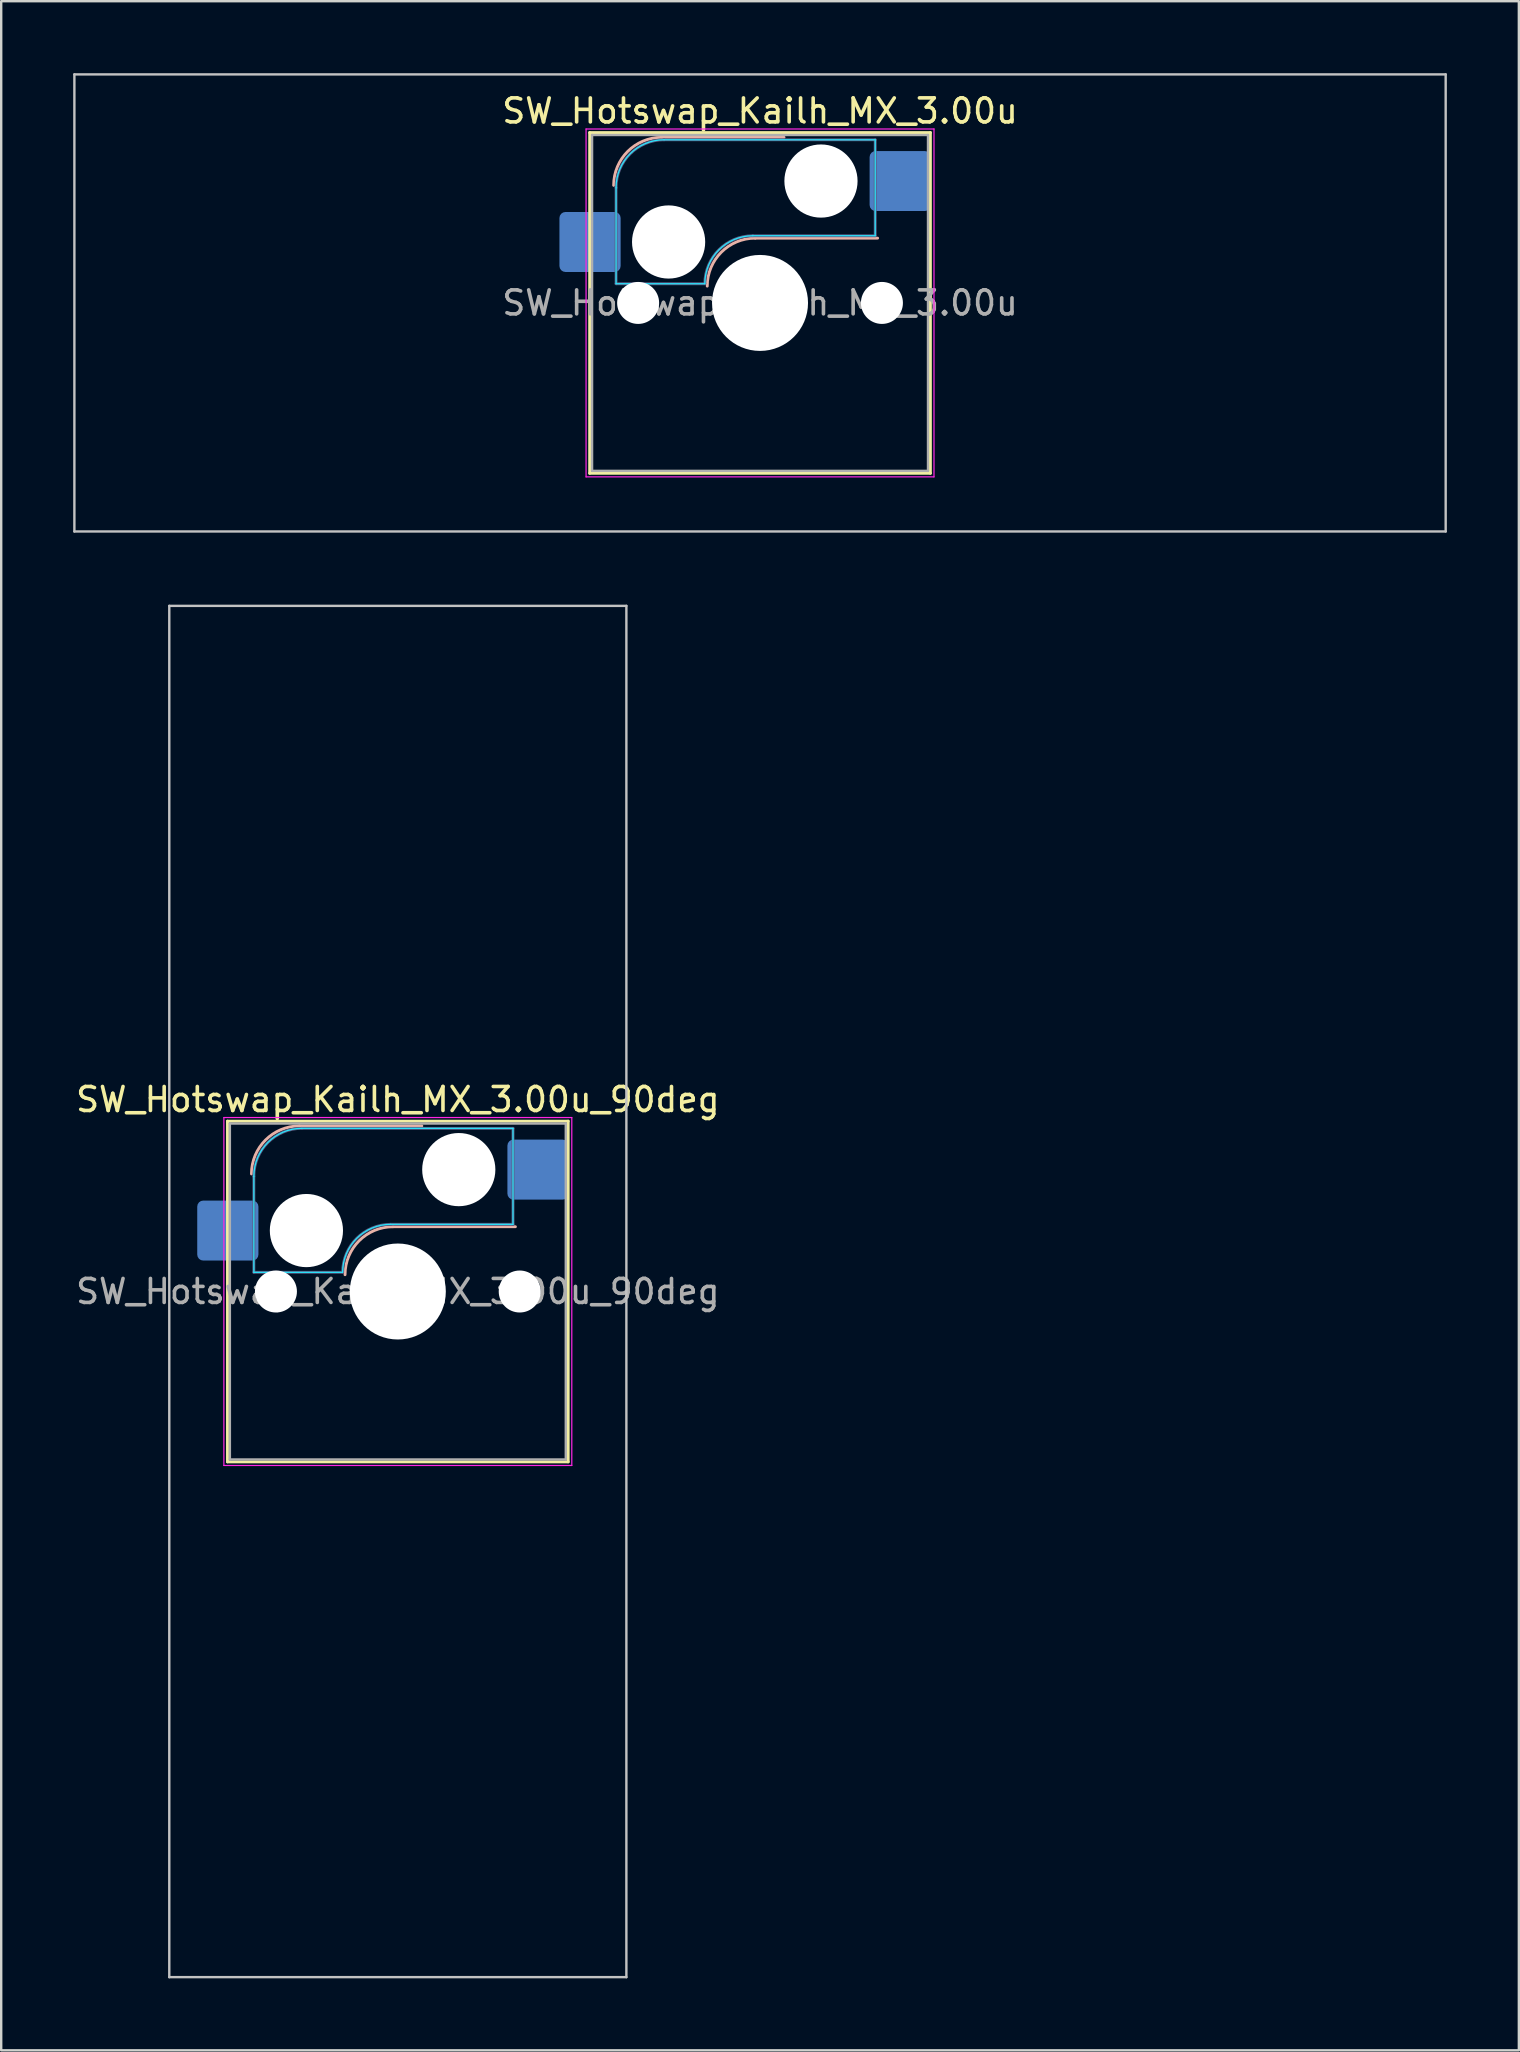
<source format=kicad_pcb>
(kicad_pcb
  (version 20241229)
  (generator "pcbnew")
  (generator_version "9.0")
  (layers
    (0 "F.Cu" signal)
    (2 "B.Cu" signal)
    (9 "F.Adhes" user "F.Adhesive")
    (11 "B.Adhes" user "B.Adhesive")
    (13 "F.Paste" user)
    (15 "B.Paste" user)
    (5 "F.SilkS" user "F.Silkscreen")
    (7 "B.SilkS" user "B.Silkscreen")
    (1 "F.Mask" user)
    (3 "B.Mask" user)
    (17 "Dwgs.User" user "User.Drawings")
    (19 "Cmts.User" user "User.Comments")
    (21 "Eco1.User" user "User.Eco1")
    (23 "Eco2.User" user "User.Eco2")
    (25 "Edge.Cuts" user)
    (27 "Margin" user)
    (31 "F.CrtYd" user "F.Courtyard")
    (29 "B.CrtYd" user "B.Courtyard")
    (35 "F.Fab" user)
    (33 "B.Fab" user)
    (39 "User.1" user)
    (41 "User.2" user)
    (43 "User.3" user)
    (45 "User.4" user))
  (footprint "SW_Hotswap_Kailh_MX_3.00u"
    (layer "F.Cu")
    (at 28.625 9.575)
    (property "Reference" "SW_Hotswap_Kailh_MX_3.00u" (at 0 -8 0) (layer "F.SilkS") (effects (font (size 1 1) (thickness 0.15))))
    (attr smd)
    (fp_line (start -7.1 -7.1) (end -7.1 7.1) (stroke (width 0.12) (type solid)) (layer "F.SilkS"))
    (fp_line (start -7.1 7.1) (end 7.1 7.1) (stroke (width 0.12) (type solid)) (layer "F.SilkS"))
    (fp_line (start 7.1 -7.1) (end -7.1 -7.1) (stroke (width 0.12) (type solid)) (layer "F.SilkS"))
    (fp_line (start 7.1 7.1) (end 7.1 -7.1) (stroke (width 0.12) (type solid)) (layer "F.SilkS"))
    (fp_line (start -4.1 -6.9) (end 1 -6.9) (stroke (width 0.12) (type solid)) (layer "B.SilkS"))
    (fp_line (start -0.2 -2.7) (end 4.9 -2.7) (stroke (width 0.12) (type solid)) (layer "B.SilkS"))
    (fp_arc (start -6.1 -4.9) (mid -5.514214 -6.314214) (end -4.1 -6.9) (stroke (width 0.12) (type solid)) (layer "B.SilkS"))
    (fp_arc (start -2.2 -0.7) (mid -1.614214 -2.114214) (end -0.2 -2.7) (stroke (width 0.12) (type solid)) (layer "B.SilkS"))
    (fp_line (start -28.575 -9.525) (end -28.575 9.525) (stroke (width 0.1) (type solid)) (layer "Dwgs.User"))
    (fp_line (start -28.575 9.525) (end 28.575 9.525) (stroke (width 0.1) (type solid)) (layer "Dwgs.User"))
    (fp_line (start 28.575 -9.525) (end -28.575 -9.525) (stroke (width 0.1) (type solid)) (layer "Dwgs.User"))
    (fp_line (start 28.575 9.525) (end 28.575 -9.525) (stroke (width 0.1) (type solid)) (layer "Dwgs.User"))
    (fp_line (start -7.8 -6) (end -7 -6) (stroke (width 0.1) (type solid)) (layer "Eco1.User"))
    (fp_line (start -7.8 -2.9) (end -7.8 -6) (stroke (width 0.1) (type solid)) (layer "Eco1.User"))
    (fp_line (start -7.8 2.9) (end -7 2.9) (stroke (width 0.1) (type solid)) (layer "Eco1.User"))
    (fp_line (start -7.8 6) (end -7.8 2.9) (stroke (width 0.1) (type solid)) (layer "Eco1.User"))
    (fp_line (start -7 -7) (end 7 -7) (stroke (width 0.1) (type solid)) (layer "Eco1.User"))
    (fp_line (start -7 -6) (end -7 -7) (stroke (width 0.1) (type solid)) (layer "Eco1.User"))
    (fp_line (start -7 -2.9) (end -7.8 -2.9) (stroke (width 0.1) (type solid)) (layer "Eco1.User"))
    (fp_line (start -7 2.9) (end -7 -2.9) (stroke (width 0.1) (type solid)) (layer "Eco1.User"))
    (fp_line (start -7 6) (end -7.8 6) (stroke (width 0.1) (type solid)) (layer "Eco1.User"))
    (fp_line (start -7 7) (end -7 6) (stroke (width 0.1) (type solid)) (layer "Eco1.User"))
    (fp_line (start 7 -7) (end 7 -6) (stroke (width 0.1) (type solid)) (layer "Eco1.User"))
    (fp_line (start 7 -6) (end 7.8 -6) (stroke (width 0.1) (type solid)) (layer "Eco1.User"))
    (fp_line (start 7 -2.9) (end 7 2.9) (stroke (width 0.1) (type solid)) (layer "Eco1.User"))
    (fp_line (start 7 2.9) (end 7.8 2.9) (stroke (width 0.1) (type solid)) (layer "Eco1.User"))
    (fp_line (start 7 6) (end 7 7) (stroke (width 0.1) (type solid)) (layer "Eco1.User"))
    (fp_line (start 7 7) (end -7 7) (stroke (width 0.1) (type solid)) (layer "Eco1.User"))
    (fp_line (start 7.8 -6) (end 7.8 -2.9) (stroke (width 0.1) (type solid)) (layer "Eco1.User"))
    (fp_line (start 7.8 -2.9) (end 7 -2.9) (stroke (width 0.1) (type solid)) (layer "Eco1.User"))
    (fp_line (start 7.8 2.9) (end 7.8 6) (stroke (width 0.1) (type solid)) (layer "Eco1.User"))
    (fp_line (start 7.8 6) (end 7 6) (stroke (width 0.1) (type solid)) (layer "Eco1.User"))
    (fp_line (start -6 -0.8) (end -6 -4.8) (stroke (width 0.05) (type solid)) (layer "B.CrtYd"))
    (fp_line (start -6 -0.8) (end -2.3 -0.8) (stroke (width 0.05) (type solid)) (layer "B.CrtYd"))
    (fp_line (start -4 -6.8) (end 4.8 -6.8) (stroke (width 0.05) (type solid)) (layer "B.CrtYd"))
    (fp_line (start -0.3 -2.8) (end 4.8 -2.8) (stroke (width 0.05) (type solid)) (layer "B.CrtYd"))
    (fp_line (start 4.8 -6.8) (end 4.8 -2.8) (stroke (width 0.05) (type solid)) (layer "B.CrtYd"))
    (fp_arc (start -6 -4.8) (mid -5.414214 -6.214214) (end -4 -6.8) (stroke (width 0.05) (type solid)) (layer "B.CrtYd"))
    (fp_arc (start -2.3 -0.8) (mid -1.714214 -2.214214) (end -0.3 -2.8) (stroke (width 0.05) (type solid)) (layer "B.CrtYd"))
    (fp_line (start -7.25 -7.25) (end -7.25 7.25) (stroke (width 0.05) (type solid)) (layer "F.CrtYd"))
    (fp_line (start -7.25 7.25) (end 7.25 7.25) (stroke (width 0.05) (type solid)) (layer "F.CrtYd"))
    (fp_line (start 7.25 -7.25) (end -7.25 -7.25) (stroke (width 0.05) (type solid)) (layer "F.CrtYd"))
    (fp_line (start 7.25 7.25) (end 7.25 -7.25) (stroke (width 0.05) (type solid)) (layer "F.CrtYd"))
    (fp_line (start -6 -0.8) (end -6 -4.8) (stroke (width 0.12) (type solid)) (layer "B.Fab"))
    (fp_line (start -6 -0.8) (end -2.3 -0.8) (stroke (width 0.12) (type solid)) (layer "B.Fab"))
    (fp_line (start -4 -6.8) (end 4.8 -6.8) (stroke (width 0.12) (type solid)) (layer "B.Fab"))
    (fp_line (start -0.3 -2.8) (end 4.8 -2.8) (stroke (width 0.12) (type solid)) (layer "B.Fab"))
    (fp_line (start 4.8 -6.8) (end 4.8 -2.8) (stroke (width 0.12) (type solid)) (layer "B.Fab"))
    (fp_arc (start -6 -4.8) (mid -5.414214 -6.214214) (end -4 -6.8) (stroke (width 0.12) (type solid)) (layer "B.Fab"))
    (fp_arc (start -2.3 -0.8) (mid -1.714214 -2.214214) (end -0.3 -2.8) (stroke (width 0.12) (type solid)) (layer "B.Fab"))
    (fp_line (start -7 -7) (end -7 7) (stroke (width 0.1) (type solid)) (layer "F.Fab"))
    (fp_line (start -7 7) (end 7 7) (stroke (width 0.1) (type solid)) (layer "F.Fab"))
    (fp_line (start 7 -7) (end -7 -7) (stroke (width 0.1) (type solid)) (layer "F.Fab"))
    (fp_line (start 7 7) (end 7 -7) (stroke (width 0.1) (type solid)) (layer "F.Fab"))
    (fp_text user "${REFERENCE}" (at 0 0 0) (layer "F.Fab") (effects (font (size 1 1) (thickness 0.15))))
    (pad "" np_thru_hole circle (at -5.08 0) (size 1.75 1.75) (drill 1.75) (layers "*.Cu" "*.Mask"))
    (pad "" np_thru_hole circle (at -3.81 -2.54) (size 3.05 3.05) (drill 3.05) (layers "*.Cu" "*.Mask"))
    (pad "" np_thru_hole circle (at 0 0) (size 4 4) (drill 4) (layers "*.Cu" "*.Mask"))
    (pad "" np_thru_hole circle (at 2.54 -5.08) (size 3.05 3.05) (drill 3.05) (layers "*.Cu" "*.Mask"))
    (pad "" np_thru_hole circle (at 5.08 0) (size 1.75 1.75) (drill 1.75) (layers "*.Cu" "*.Mask"))
    (pad "1" smd roundrect (at -7.085 -2.54) (size 2.55 2.5) (layers "B.Cu" "B.Mask" "B.Paste") (roundrect_rratio 0.1))
    (pad "2" smd roundrect (at 5.842 -5.08) (size 2.55 2.5) (layers "B.Cu" "B.Mask" "B.Paste") (roundrect_rratio 0.1)))
  (footprint "SW_Hotswap_Kailh_MX_3.00u_90deg"
    (layer "F.Cu")
    (at 13.53 50.775)
    (property "Reference" "SW_Hotswap_Kailh_MX_3.00u_90deg" (at 0 -8 0) (layer "F.SilkS") (effects (font (size 1 1) (thickness 0.15))))
    (attr smd)
    (fp_line (start -7.1 -7.1) (end -7.1 7.1) (stroke (width 0.12) (type solid)) (layer "F.SilkS"))
    (fp_line (start -7.1 7.1) (end 7.1 7.1) (stroke (width 0.12) (type solid)) (layer "F.SilkS"))
    (fp_line (start 7.1 -7.1) (end -7.1 -7.1) (stroke (width 0.12) (type solid)) (layer "F.SilkS"))
    (fp_line (start 7.1 7.1) (end 7.1 -7.1) (stroke (width 0.12) (type solid)) (layer "F.SilkS"))
    (fp_line (start -4.1 -6.9) (end 1 -6.9) (stroke (width 0.12) (type solid)) (layer "B.SilkS"))
    (fp_line (start -0.2 -2.7) (end 4.9 -2.7) (stroke (width 0.12) (type solid)) (layer "B.SilkS"))
    (fp_arc (start -6.1 -4.9) (mid -5.514214 -6.314214) (end -4.1 -6.9) (stroke (width 0.12) (type solid)) (layer "B.SilkS"))
    (fp_arc (start -2.2 -0.7) (mid -1.614214 -2.114214) (end -0.2 -2.7) (stroke (width 0.12) (type solid)) (layer "B.SilkS"))
    (fp_line (start -9.525 -28.575) (end 9.525 -28.575) (stroke (width 0.1) (type solid)) (layer "Dwgs.User"))
    (fp_line (start -9.525 28.575) (end -9.525 -28.575) (stroke (width 0.1) (type solid)) (layer "Dwgs.User"))
    (fp_line (start 9.525 -28.575) (end 9.525 28.575) (stroke (width 0.1) (type solid)) (layer "Dwgs.User"))
    (fp_line (start 9.525 28.575) (end -9.525 28.575) (stroke (width 0.1) (type solid)) (layer "Dwgs.User"))
    (fp_line (start -7.8 -6) (end -7 -6) (stroke (width 0.1) (type solid)) (layer "Eco1.User"))
    (fp_line (start -7.8 -2.9) (end -7.8 -6) (stroke (width 0.1) (type solid)) (layer "Eco1.User"))
    (fp_line (start -7.8 2.9) (end -7 2.9) (stroke (width 0.1) (type solid)) (layer "Eco1.User"))
    (fp_line (start -7.8 6) (end -7.8 2.9) (stroke (width 0.1) (type solid)) (layer "Eco1.User"))
    (fp_line (start -7 -7) (end 7 -7) (stroke (width 0.1) (type solid)) (layer "Eco1.User"))
    (fp_line (start -7 -6) (end -7 -7) (stroke (width 0.1) (type solid)) (layer "Eco1.User"))
    (fp_line (start -7 -2.9) (end -7.8 -2.9) (stroke (width 0.1) (type solid)) (layer "Eco1.User"))
    (fp_line (start -7 2.9) (end -7 -2.9) (stroke (width 0.1) (type solid)) (layer "Eco1.User"))
    (fp_line (start -7 6) (end -7.8 6) (stroke (width 0.1) (type solid)) (layer "Eco1.User"))
    (fp_line (start -7 7) (end -7 6) (stroke (width 0.1) (type solid)) (layer "Eco1.User"))
    (fp_line (start 7 -7) (end 7 -6) (stroke (width 0.1) (type solid)) (layer "Eco1.User"))
    (fp_line (start 7 -6) (end 7.8 -6) (stroke (width 0.1) (type solid)) (layer "Eco1.User"))
    (fp_line (start 7 -2.9) (end 7 2.9) (stroke (width 0.1) (type solid)) (layer "Eco1.User"))
    (fp_line (start 7 2.9) (end 7.8 2.9) (stroke (width 0.1) (type solid)) (layer "Eco1.User"))
    (fp_line (start 7 6) (end 7 7) (stroke (width 0.1) (type solid)) (layer "Eco1.User"))
    (fp_line (start 7 7) (end -7 7) (stroke (width 0.1) (type solid)) (layer "Eco1.User"))
    (fp_line (start 7.8 -6) (end 7.8 -2.9) (stroke (width 0.1) (type solid)) (layer "Eco1.User"))
    (fp_line (start 7.8 -2.9) (end 7 -2.9) (stroke (width 0.1) (type solid)) (layer "Eco1.User"))
    (fp_line (start 7.8 2.9) (end 7.8 6) (stroke (width 0.1) (type solid)) (layer "Eco1.User"))
    (fp_line (start 7.8 6) (end 7 6) (stroke (width 0.1) (type solid)) (layer "Eco1.User"))
    (fp_line (start -6 -0.8) (end -6 -4.8) (stroke (width 0.05) (type solid)) (layer "B.CrtYd"))
    (fp_line (start -6 -0.8) (end -2.3 -0.8) (stroke (width 0.05) (type solid)) (layer "B.CrtYd"))
    (fp_line (start -4 -6.8) (end 4.8 -6.8) (stroke (width 0.05) (type solid)) (layer "B.CrtYd"))
    (fp_line (start -0.3 -2.8) (end 4.8 -2.8) (stroke (width 0.05) (type solid)) (layer "B.CrtYd"))
    (fp_line (start 4.8 -6.8) (end 4.8 -2.8) (stroke (width 0.05) (type solid)) (layer "B.CrtYd"))
    (fp_arc (start -6 -4.8) (mid -5.414214 -6.214214) (end -4 -6.8) (stroke (width 0.05) (type solid)) (layer "B.CrtYd"))
    (fp_arc (start -2.3 -0.8) (mid -1.714214 -2.214214) (end -0.3 -2.8) (stroke (width 0.05) (type solid)) (layer "B.CrtYd"))
    (fp_line (start -7.25 -7.25) (end -7.25 7.25) (stroke (width 0.05) (type solid)) (layer "F.CrtYd"))
    (fp_line (start -7.25 7.25) (end 7.25 7.25) (stroke (width 0.05) (type solid)) (layer "F.CrtYd"))
    (fp_line (start 7.25 -7.25) (end -7.25 -7.25) (stroke (width 0.05) (type solid)) (layer "F.CrtYd"))
    (fp_line (start 7.25 7.25) (end 7.25 -7.25) (stroke (width 0.05) (type solid)) (layer "F.CrtYd"))
    (fp_line (start -6 -0.8) (end -6 -4.8) (stroke (width 0.12) (type solid)) (layer "B.Fab"))
    (fp_line (start -6 -0.8) (end -2.3 -0.8) (stroke (width 0.12) (type solid)) (layer "B.Fab"))
    (fp_line (start -4 -6.8) (end 4.8 -6.8) (stroke (width 0.12) (type solid)) (layer "B.Fab"))
    (fp_line (start -0.3 -2.8) (end 4.8 -2.8) (stroke (width 0.12) (type solid)) (layer "B.Fab"))
    (fp_line (start 4.8 -6.8) (end 4.8 -2.8) (stroke (width 0.12) (type solid)) (layer "B.Fab"))
    (fp_arc (start -6 -4.8) (mid -5.414214 -6.214214) (end -4 -6.8) (stroke (width 0.12) (type solid)) (layer "B.Fab"))
    (fp_arc (start -2.3 -0.8) (mid -1.714214 -2.214214) (end -0.3 -2.8) (stroke (width 0.12) (type solid)) (layer "B.Fab"))
    (fp_line (start -7 -7) (end -7 7) (stroke (width 0.1) (type solid)) (layer "F.Fab"))
    (fp_line (start -7 7) (end 7 7) (stroke (width 0.1) (type solid)) (layer "F.Fab"))
    (fp_line (start 7 -7) (end -7 -7) (stroke (width 0.1) (type solid)) (layer "F.Fab"))
    (fp_line (start 7 7) (end 7 -7) (stroke (width 0.1) (type solid)) (layer "F.Fab"))
    (fp_text user "${REFERENCE}" (at 0 0 0) (layer "F.Fab") (effects (font (size 1 1) (thickness 0.15))))
    (pad "" np_thru_hole circle (at -5.08 0) (size 1.75 1.75) (drill 1.75) (layers "*.Cu" "*.Mask"))
    (pad "" np_thru_hole circle (at -3.81 -2.54) (size 3.05 3.05) (drill 3.05) (layers "*.Cu" "*.Mask"))
    (pad "" np_thru_hole circle (at 0 0) (size 4 4) (drill 4) (layers "*.Cu" "*.Mask"))
    (pad "" np_thru_hole circle (at 2.54 -5.08) (size 3.05 3.05) (drill 3.05) (layers "*.Cu" "*.Mask"))
    (pad "" np_thru_hole circle (at 5.08 0) (size 1.75 1.75) (drill 1.75) (layers "*.Cu" "*.Mask"))
    (pad "1" smd roundrect (at -7.085 -2.54) (size 2.55 2.5) (layers "B.Cu" "B.Mask" "B.Paste") (roundrect_rratio 0.1))
    (pad "2" smd roundrect (at 5.842 -5.08) (size 2.55 2.5) (layers "B.Cu" "B.Mask" "B.Paste") (roundrect_rratio 0.1)))
  (gr_rect
    (start -3 -3)
    (end 60.25 82.4)
    (stroke (width 0.1) (type default))
    (fill no)
    (layer "Edge.Cuts")))
</source>
